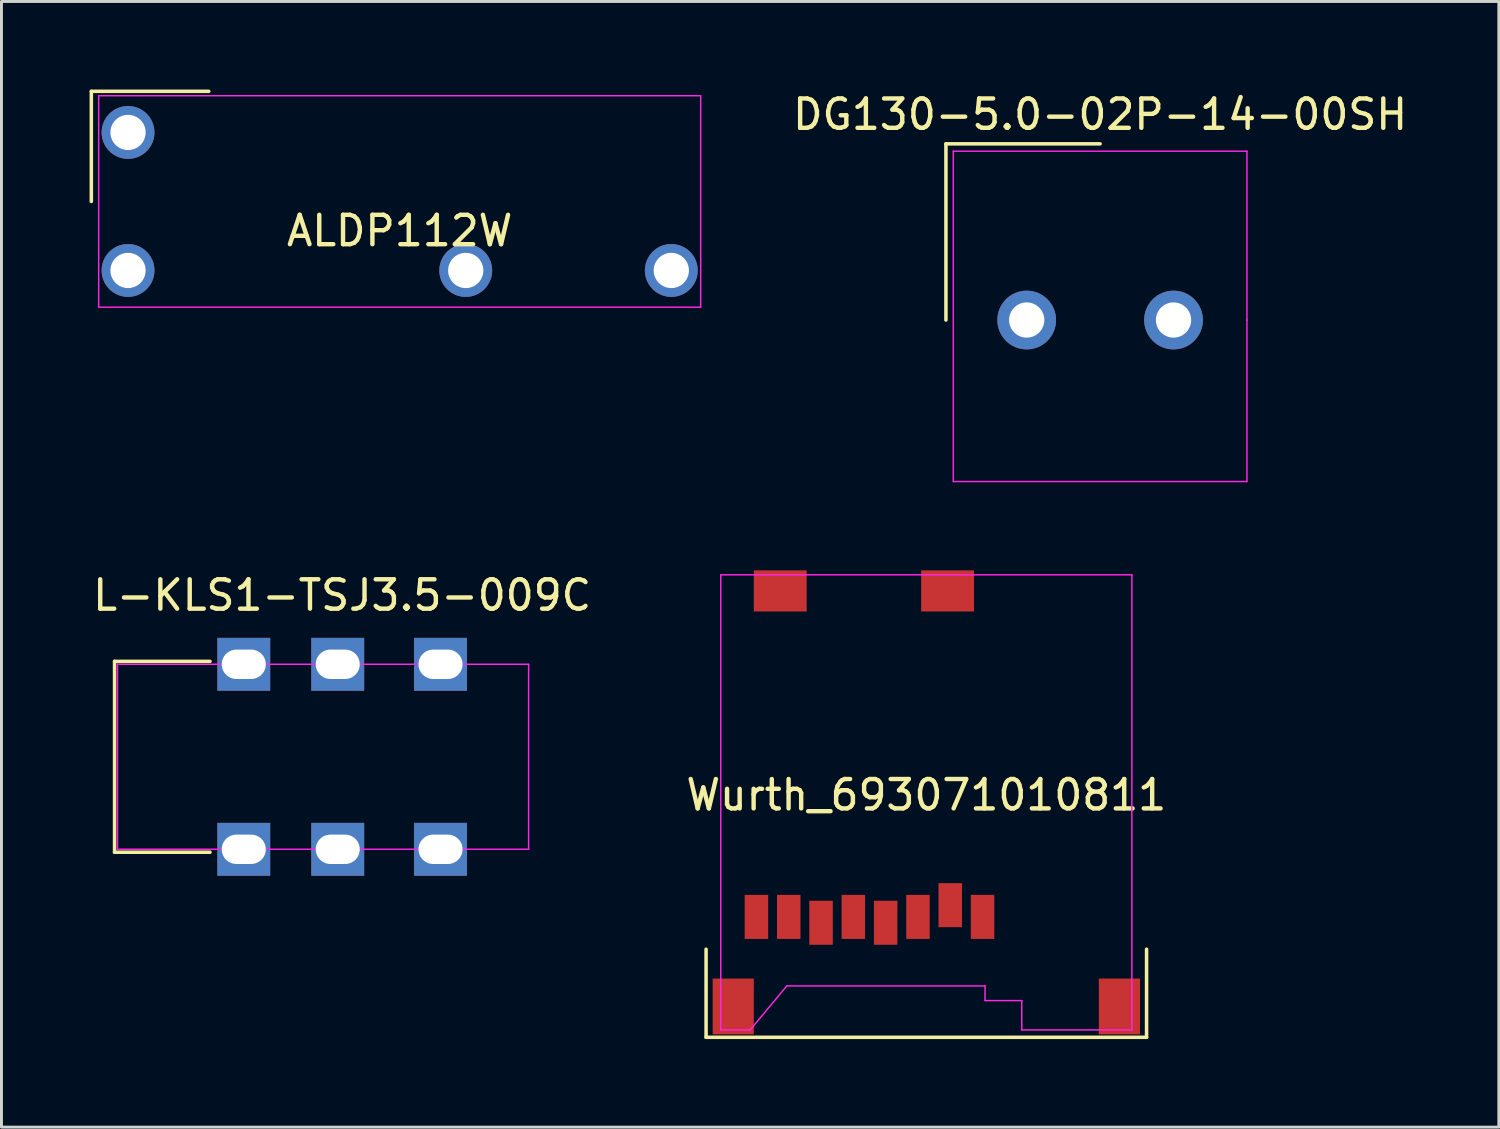
<source format=kicad_pcb>
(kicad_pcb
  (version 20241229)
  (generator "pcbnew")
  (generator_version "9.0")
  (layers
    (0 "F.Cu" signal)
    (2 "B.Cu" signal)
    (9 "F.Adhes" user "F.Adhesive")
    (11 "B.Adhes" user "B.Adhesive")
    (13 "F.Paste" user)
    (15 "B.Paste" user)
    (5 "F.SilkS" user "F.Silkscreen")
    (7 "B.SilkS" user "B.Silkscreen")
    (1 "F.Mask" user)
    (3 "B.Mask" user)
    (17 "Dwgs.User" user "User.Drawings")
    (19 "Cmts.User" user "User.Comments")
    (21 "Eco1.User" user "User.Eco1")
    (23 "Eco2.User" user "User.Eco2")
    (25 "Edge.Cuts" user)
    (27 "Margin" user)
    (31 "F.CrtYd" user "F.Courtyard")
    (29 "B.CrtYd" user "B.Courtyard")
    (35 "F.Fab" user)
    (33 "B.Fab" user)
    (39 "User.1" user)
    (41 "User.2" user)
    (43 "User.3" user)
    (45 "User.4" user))
  (footprint "Wurth_693071010811"
    (layer "F.Cu")
    (at 28.494 24.273)
    (property "Reference" "Wurth_693071010811" (at 0 -0.25 0) (layer "F.SilkS") (effects (font (size 1 1) (thickness 0.15))))
    (attr through_hole)
    (fp_line (start -7.5 5) (end -7.5 8) (stroke (width 0.12) (type solid)) (layer "F.SilkS"))
    (fp_line (start -7.5 8) (end 7.5 8) (stroke (width 0.12) (type solid)) (layer "F.SilkS"))
    (fp_line (start 7.5 8) (end 7.5 5) (stroke (width 0.12) (type solid)) (layer "F.SilkS"))
    (fp_line (start -7 -7.75) (end 7 -7.75) (stroke (width 0.05) (type solid)) (layer "F.CrtYd"))
    (fp_line (start -7 7.75) (end -7 -7.75) (stroke (width 0.05) (type solid)) (layer "F.CrtYd"))
    (fp_line (start -6 7.75) (end -7 7.75) (stroke (width 0.05) (type solid)) (layer "F.CrtYd"))
    (fp_line (start -4.75 6.25) (end -6 7.75) (stroke (width 0.05) (type solid)) (layer "F.CrtYd"))
    (fp_line (start 2 6.25) (end -4.75 6.25) (stroke (width 0.05) (type solid)) (layer "F.CrtYd"))
    (fp_line (start 2 6.75) (end 2 6.25) (stroke (width 0.05) (type solid)) (layer "F.CrtYd"))
    (fp_line (start 3.25 6.75) (end 2 6.75) (stroke (width 0.05) (type solid)) (layer "F.CrtYd"))
    (fp_line (start 3.25 7.75) (end 3.25 6.75) (stroke (width 0.05) (type solid)) (layer "F.CrtYd"))
    (fp_line (start 7 -7.75) (end 7 7.75) (stroke (width 0.05) (type solid)) (layer "F.CrtYd"))
    (fp_line (start 7 7.75) (end 3.25 7.75) (stroke (width 0.05) (type solid)) (layer "F.CrtYd"))
    (pad "1" smd rect (at 1.915 3.9) (size 0.8 1.5) (layers "F.Cu" "F.Mask" "F.Paste"))
    (pad "2" smd rect (at 0.815 3.5) (size 0.8 1.5) (layers "F.Cu" "F.Mask" "F.Paste"))
    (pad "3" smd rect (at -0.285 3.9) (size 0.8 1.5) (layers "F.Cu" "F.Mask" "F.Paste"))
    (pad "4" smd rect (at -1.385 4.1) (size 0.8 1.5) (layers "F.Cu" "F.Mask" "F.Paste"))
    (pad "5" smd rect (at -2.485 3.9) (size 0.8 1.5) (layers "F.Cu" "F.Mask" "F.Paste"))
    (pad "6" smd rect (at -3.585 4.1) (size 0.8 1.5) (layers "F.Cu" "F.Mask" "F.Paste"))
    (pad "7" smd rect (at -4.685 3.9) (size 0.8 1.5) (layers "F.Cu" "F.Mask" "F.Paste"))
    (pad "8" smd rect (at -5.785 3.9) (size 0.8 1.5) (layers "F.Cu" "F.Mask" "F.Paste"))
    (pad "9" smd rect (at -6.575 6.95) (size 1.4 1.9) (layers "F.Cu" "F.Mask" "F.Paste"))
    (pad "9" smd rect (at -4.975 -7.2) (size 1.8 1.4) (layers "F.Cu" "F.Mask" "F.Paste"))
    (pad "9" smd rect (at 0.725 -7.2) (size 1.8 1.4) (layers "F.Cu" "F.Mask" "F.Paste"))
    (pad "9" smd rect (at 6.575 6.95) (size 1.4 1.9) (layers "F.Cu" "F.Mask" "F.Paste")))
  (footprint "DG130-5.0-02P-14-00SH"
    (layer "F.Cu")
    (at 34.412 7.848)
    (property "Reference" "DG130-5.0-02P-14-00SH" (at 0 -7 0) (layer "F.SilkS") (effects (font (size 1 1) (thickness 0.15))))
    (attr through_hole)
    (fp_line (start -5.25 -6) (end 0 -6) (stroke (width 0.12) (type solid)) (layer "F.SilkS"))
    (fp_line (start -5.25 0) (end -5.25 -6) (stroke (width 0.12) (type solid)) (layer "F.SilkS"))
    (fp_line (start -5 -5.75) (end -5 5.5) (stroke (width 0.05) (type solid)) (layer "F.CrtYd"))
    (fp_line (start -5 5.5) (end 5 5.5) (stroke (width 0.05) (type solid)) (layer "F.CrtYd"))
    (fp_line (start 5 -5.75) (end -5 -5.75) (stroke (width 0.05) (type solid)) (layer "F.CrtYd"))
    (fp_line (start 5 0) (end 5 -5.75) (stroke (width 0.05) (type solid)) (layer "F.CrtYd"))
    (fp_line (start 5 5.5) (end 5 0) (stroke (width 0.05) (type solid)) (layer "F.CrtYd"))
    (pad "1" thru_hole circle (at -2.5 0) (size 2 2) (drill 1.2) (layers "*.Cu" "*.Mask"))
    (pad "2" thru_hole circle (at 2.5 0) (size 2 2) (drill 1.2) (layers "*.Cu" "*.Mask")))
  (footprint "ALDP112W"
    (layer "F.Cu")
    (at 10.56 3.81)
    (property "Reference" "ALDP112W" (at 0 1 0) (layer "F.SilkS") (effects (font (size 1 1) (thickness 0.15))))
    (attr through_hole)
    (fp_line (start -10.5 -3.75) (end -6.5 -3.75) (stroke (width 0.12) (type solid)) (layer "F.SilkS"))
    (fp_line (start -10.5 0) (end -10.5 -3.75) (stroke (width 0.12) (type solid)) (layer "F.SilkS"))
    (fp_line (start -10.25 -3.6) (end -10.25 3.6) (stroke (width 0.05) (type solid)) (layer "F.CrtYd"))
    (fp_line (start -10.25 -3.6) (end 10.25 -3.6) (stroke (width 0.05) (type solid)) (layer "F.CrtYd"))
    (fp_line (start -10.25 3.6) (end 10.25 3.6) (stroke (width 0.05) (type solid)) (layer "F.CrtYd"))
    (fp_line (start 10.25 3.6) (end 10.25 -3.6) (stroke (width 0.05) (type solid)) (layer "F.CrtYd"))
    (pad "1" thru_hole circle (at -9.25 -2.35) (size 1.8 1.8) (drill 1.2) (layers "*.Cu" "*.Mask"))
    (pad "2" thru_hole circle (at 9.25 2.35) (size 1.8 1.8) (drill 1.2) (layers "*.Cu" "*.Mask"))
    (pad "3" thru_hole circle (at 2.25 2.35) (size 1.8 1.8) (drill 1.2) (layers "*.Cu" "*.Mask"))
    (pad "4" thru_hole circle (at -9.25 2.35) (size 1.8 1.8) (drill 1.2) (layers "*.Cu" "*.Mask")))
  (footprint "L-KLS1-TSJ3.5-009C"
    (layer "F.Cu")
    (at 8.601 22.721)
    (property "Reference" "L-KLS1-TSJ3.5-009C" (at 0 -5.5 0) (layer "F.SilkS") (effects (font (size 1 1) (thickness 0.15))))
    (attr through_hole)
    (fp_line (start -7.75 -3.25) (end -7.75 3.25) (stroke (width 0.12) (type solid)) (layer "F.SilkS"))
    (fp_line (start -7.75 3.25) (end -4.5 3.25) (stroke (width 0.12) (type solid)) (layer "F.SilkS"))
    (fp_line (start -4.5 -3.25) (end -7.75 -3.25) (stroke (width 0.12) (type solid)) (layer "F.SilkS"))
    (fp_line (start -7.65 -3.15) (end 6.35 -3.15) (stroke (width 0.05) (type solid)) (layer "F.CrtYd"))
    (fp_line (start -7.65 3.15) (end -7.65 -3.15) (stroke (width 0.05) (type solid)) (layer "F.CrtYd"))
    (fp_line (start -7.65 3.15) (end 6.35 3.15) (stroke (width 0.05) (type solid)) (layer "F.CrtYd"))
    (fp_line (start 6.35 3.15) (end 6.35 -3.15) (stroke (width 0.05) (type solid)) (layer "F.CrtYd"))
    (pad "1" thru_hole rect (at -3.35 -3.15) (size 1.8 1.8) (drill oval 1.5 1) (layers "*.Cu" "*.Mask"))
    (pad "1" thru_hole rect (at -3.35 3.15) (size 1.8 1.8) (drill oval 1.5 1) (layers "*.Cu" "*.Mask"))
    (pad "2" thru_hole rect (at -0.15 -3.15) (size 1.8 1.8) (drill oval 1.5 1) (layers "*.Cu" "*.Mask"))
    (pad "2" thru_hole rect (at -0.15 3.15) (size 1.8 1.8) (drill oval 1.5 1) (layers "*.Cu" "*.Mask"))
    (pad "3" thru_hole rect (at 3.35 -3.15) (size 1.8 1.8) (drill oval 1.5 1) (layers "*.Cu" "*.Mask"))
    (pad "3" thru_hole rect (at 3.35 3.15) (size 1.8 1.8) (drill oval 1.5 1) (layers "*.Cu" "*.Mask")))
  (gr_rect
    (start -3 -3)
    (end 47.99 35.333)
    (stroke (width 0.1) (type default))
    (fill no)
    (layer "Edge.Cuts")))
</source>
